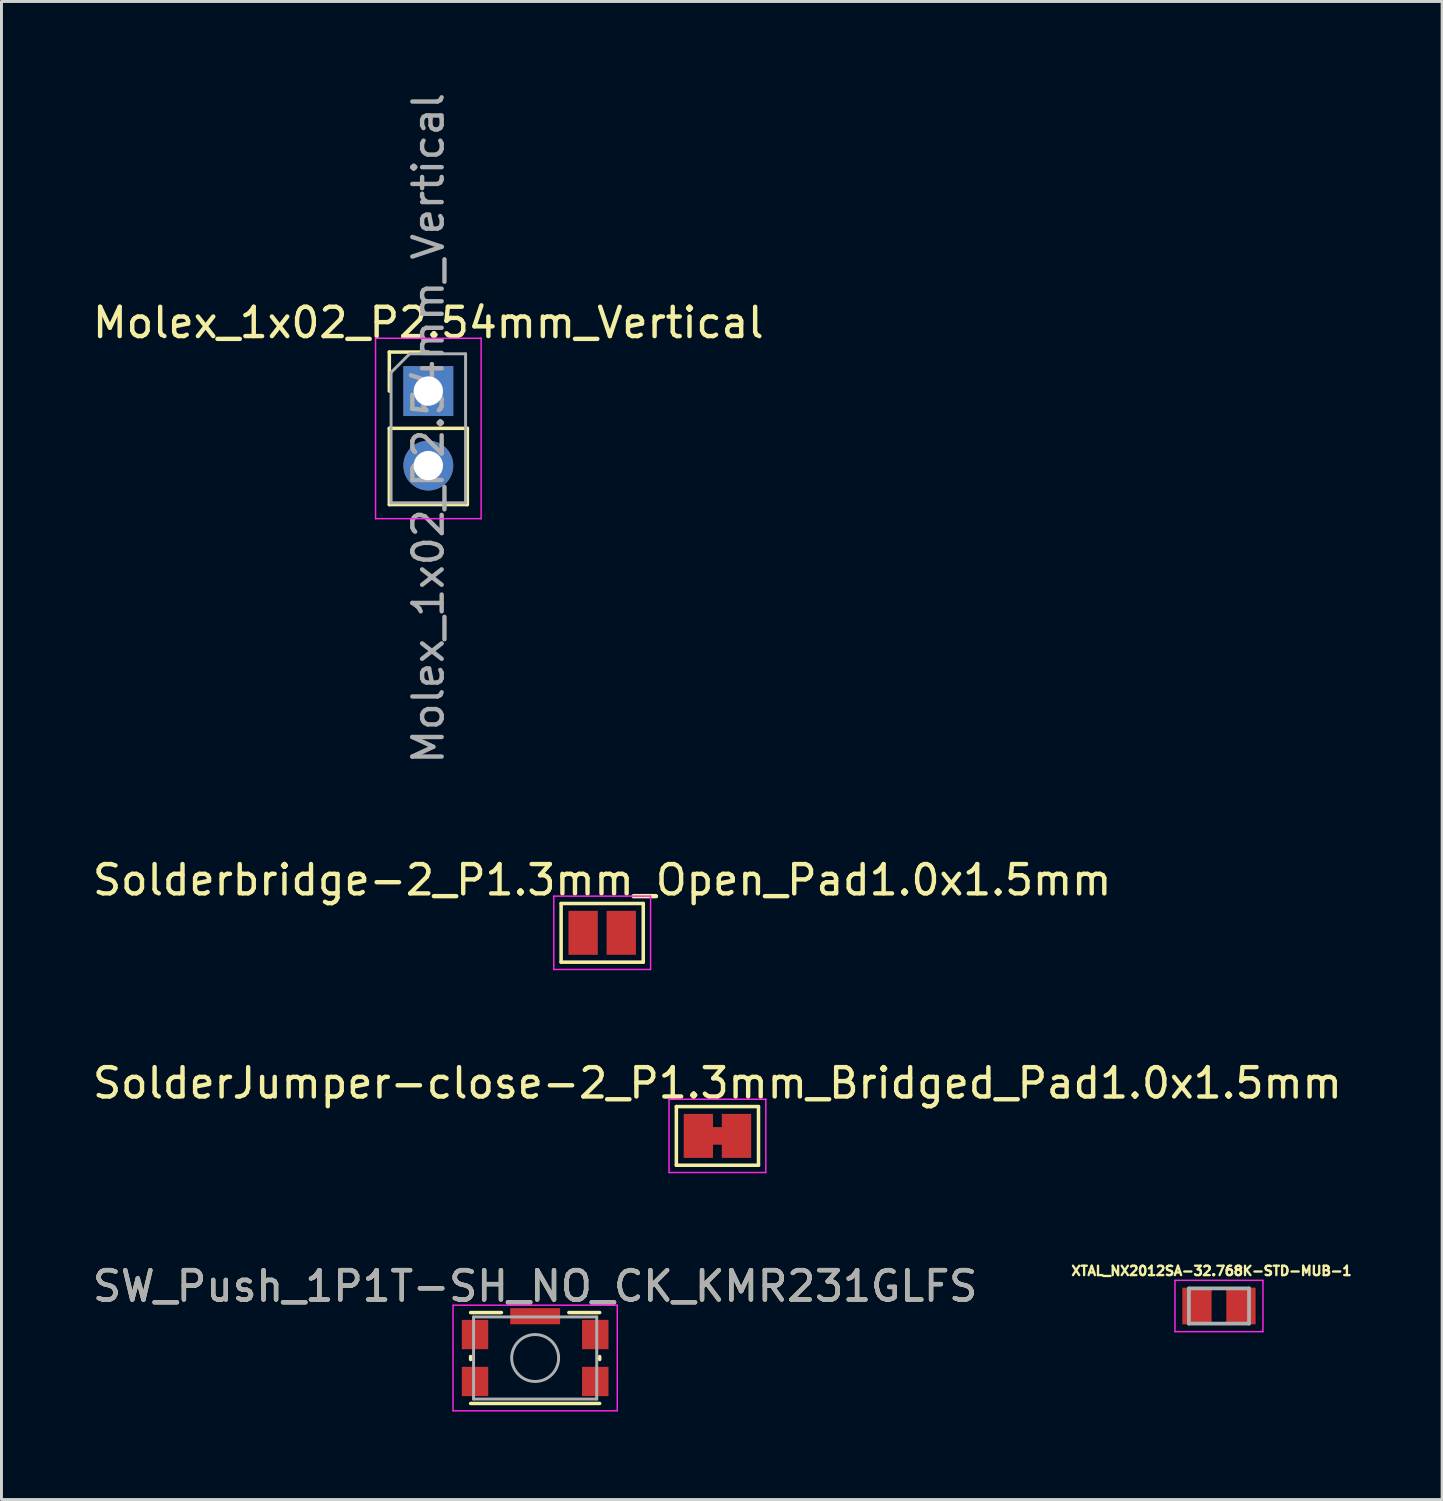
<source format=kicad_pcb>
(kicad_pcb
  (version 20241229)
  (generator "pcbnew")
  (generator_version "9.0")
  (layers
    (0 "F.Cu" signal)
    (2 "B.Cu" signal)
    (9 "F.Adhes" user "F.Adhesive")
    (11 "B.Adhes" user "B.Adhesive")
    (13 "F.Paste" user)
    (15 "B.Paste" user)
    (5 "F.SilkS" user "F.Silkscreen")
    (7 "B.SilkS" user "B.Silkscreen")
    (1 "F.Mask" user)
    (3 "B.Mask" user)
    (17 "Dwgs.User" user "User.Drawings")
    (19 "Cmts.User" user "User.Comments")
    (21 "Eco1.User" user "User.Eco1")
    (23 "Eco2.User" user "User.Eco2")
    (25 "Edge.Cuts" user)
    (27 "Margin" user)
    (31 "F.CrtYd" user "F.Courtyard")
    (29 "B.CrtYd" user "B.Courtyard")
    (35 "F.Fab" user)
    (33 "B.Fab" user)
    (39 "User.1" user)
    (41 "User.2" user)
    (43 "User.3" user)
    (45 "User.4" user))
  (footprint "SW_Push_1P1T-SH_NO_CK_KMR231GLFS"
    (layer "F.Cu")
    (at 15.196 43.252)
    (property "Reference" "SW_Push_1P1T-SH_NO_CK_KMR231GLFS" (at 0 -2.45 0) (layer "F.SilkS") (effects (font (size 1 1) (thickness 0.15))))
    (attr smd)
    (fp_line (start -2.2 0.05) (end -2.2 -0.05) (stroke (width 0.12) (type solid)) (layer "F.SilkS"))
    (fp_line (start -2.2 1.55) (end 2.2 1.55) (stroke (width 0.12) (type solid)) (layer "F.SilkS"))
    (fp_line (start -1.15 -1.55) (end -2.2 -1.55) (stroke (width 0.12) (type solid)) (layer "F.SilkS"))
    (fp_line (start 2.2 -1.55) (end 1.15 -1.55) (stroke (width 0.12) (type solid)) (layer "F.SilkS"))
    (fp_line (start 2.2 0.05) (end 2.2 -0.05) (stroke (width 0.12) (type solid)) (layer "F.SilkS"))
    (fp_line (start -2.8 -1.8) (end 2.8 -1.8) (stroke (width 0.05) (type solid)) (layer "F.CrtYd"))
    (fp_line (start -2.8 1.8) (end -2.8 -1.8) (stroke (width 0.05) (type solid)) (layer "F.CrtYd"))
    (fp_line (start 2.8 -1.8) (end 2.8 1.8) (stroke (width 0.05) (type solid)) (layer "F.CrtYd"))
    (fp_line (start 2.8 1.8) (end -2.8 1.8) (stroke (width 0.05) (type solid)) (layer "F.CrtYd"))
    (fp_line (start -2.1 -1.4) (end 2.1 -1.4) (stroke (width 0.1) (type solid)) (layer "F.Fab"))
    (fp_line (start -2.1 1.4) (end -2.1 -1.4) (stroke (width 0.1) (type solid)) (layer "F.Fab"))
    (fp_line (start 2.1 -1.4) (end 2.1 1.4) (stroke (width 0.1) (type solid)) (layer "F.Fab"))
    (fp_line (start 2.1 1.4) (end -2.1 1.4) (stroke (width 0.1) (type solid)) (layer "F.Fab"))
    (fp_circle (center 0 0) (end 0 0.8) (stroke (width 0.1) (type solid)) (fill no) (layer "F.Fab"))
    (fp_text user "${REFERENCE}" (at 0 -2.45 0) (layer "F.Fab") (effects (font (size 1 1) (thickness 0.15))))
    (pad "1" smd rect (at -2.05 -0.8) (size 0.9 1) (layers "F.Cu" "F.Mask" "F.Paste"))
    (pad "1" smd rect (at 2.05 -0.8) (size 0.9 1) (layers "F.Cu" "F.Mask" "F.Paste"))
    (pad "2" smd rect (at -2.05 0.8) (size 0.9 1) (layers "F.Cu" "F.Mask" "F.Paste"))
    (pad "2" smd rect (at 2.05 0.8) (size 0.9 1) (layers "F.Cu" "F.Mask" "F.Paste"))
    (pad "SH" smd rect (at 0 -1.425) (size 1.7 0.55) (layers "F.Cu" "F.Mask" "F.Paste")))
  (footprint "Molex_1x02_P2.54mm_Vertical"
    (layer "F.Cu")
    (at 11.554 10.284)
    (property "Reference" "Molex_1x02_P2.54mm_Vertical" (at 0 -2.33 0) (layer "F.SilkS") (effects (font (size 1 1) (thickness 0.15))))
    (attr through_hole)
    (fp_line (start -1.33 -1.33) (end 0 -1.33) (stroke (width 0.12) (type solid)) (layer "F.SilkS"))
    (fp_line (start -1.33 0) (end -1.33 -1.33) (stroke (width 0.12) (type solid)) (layer "F.SilkS"))
    (fp_line (start -1.33 1.27) (end -1.33 3.87) (stroke (width 0.12) (type solid)) (layer "F.SilkS"))
    (fp_line (start -1.33 1.27) (end 1.33 1.27) (stroke (width 0.12) (type solid)) (layer "F.SilkS"))
    (fp_line (start -1.33 3.87) (end 1.33 3.87) (stroke (width 0.12) (type solid)) (layer "F.SilkS"))
    (fp_line (start 1.33 1.27) (end 1.33 3.87) (stroke (width 0.12) (type solid)) (layer "F.SilkS"))
    (fp_line (start -1.8 -1.8) (end -1.8 4.35) (stroke (width 0.05) (type solid)) (layer "F.CrtYd"))
    (fp_line (start -1.8 4.35) (end 1.8 4.35) (stroke (width 0.05) (type solid)) (layer "F.CrtYd"))
    (fp_line (start 1.8 -1.8) (end -1.8 -1.8) (stroke (width 0.05) (type solid)) (layer "F.CrtYd"))
    (fp_line (start 1.8 4.35) (end 1.8 -1.8) (stroke (width 0.05) (type solid)) (layer "F.CrtYd"))
    (fp_line (start -1.27 -0.635) (end -0.635 -1.27) (stroke (width 0.1) (type solid)) (layer "F.Fab"))
    (fp_line (start -1.27 3.81) (end -1.27 -0.635) (stroke (width 0.1) (type solid)) (layer "F.Fab"))
    (fp_line (start -0.635 -1.27) (end 1.27 -1.27) (stroke (width 0.1) (type solid)) (layer "F.Fab"))
    (fp_line (start 1.27 -1.27) (end 1.27 3.81) (stroke (width 0.1) (type solid)) (layer "F.Fab"))
    (fp_line (start 1.27 3.81) (end -1.27 3.81) (stroke (width 0.1) (type solid)) (layer "F.Fab"))
    (fp_text user "${REFERENCE}" (at 0 1.27 90) (layer "F.Fab") (effects (font (size 1 1) (thickness 0.15))))
    (pad "1" thru_hole rect (at 0 0) (size 1.7 1.7) (drill 1) (layers "*.Cu" "*.Mask"))
    (pad "2" thru_hole oval (at 0 2.54) (size 1.7 1.7) (drill 1) (layers "*.Cu" "*.Mask")))
  (footprint "XTAL_NX2012SA-32.768K-STD-MUB-1"
    (layer "F.Cu")
    (at 38.511 41.479)
    (property "Reference" "XTAL_NX2012SA-32.768K-STD-MUB-1" (at -0.254 -1.198 0) (layer "F.SilkS") (effects (font (size 0.32 0.32) (thickness 0.15))))
    (attr smd)
    (fp_line (start -1.5 -0.875) (end -1.5 0.875) (stroke (width 0.05) (type solid)) (layer "F.CrtYd"))
    (fp_line (start -1.5 0.875) (end 1.5 0.875) (stroke (width 0.05) (type solid)) (layer "F.CrtYd"))
    (fp_line (start 1.5 -0.875) (end -1.5 -0.875) (stroke (width 0.05) (type solid)) (layer "F.CrtYd"))
    (fp_line (start 1.5 0.875) (end 1.5 -0.875) (stroke (width 0.05) (type solid)) (layer "F.CrtYd"))
    (fp_line (start -1.025 -0.6) (end -1.025 0.6) (stroke (width 0.127) (type solid)) (layer "F.Fab"))
    (fp_line (start -1.025 0.6) (end 1.025 0.6) (stroke (width 0.127) (type solid)) (layer "F.Fab"))
    (fp_line (start 1.025 -0.6) (end -1.025 -0.6) (stroke (width 0.127) (type solid)) (layer "F.Fab"))
    (fp_line (start 1.025 0.6) (end 1.025 -0.6) (stroke (width 0.127) (type solid)) (layer "F.Fab"))
    (pad "1" smd rect (at -0.75 0) (size 1 1.25) (layers "F.Cu" "F.Mask" "F.Paste"))
    (pad "2" smd rect (at 0.75 0) (size 1 1.25) (layers "F.Cu" "F.Mask" "F.Paste")))
  (footprint "Solderbridge-2_P1.3mm_Open_Pad1.0x1.5mm"
    (layer "F.Cu")
    (at 17.482 28.755)
    (property "Reference" "Solderbridge-2_P1.3mm_Open_Pad1.0x1.5mm" (at 0 -1.8 0) (layer "F.SilkS") (effects (font (size 1 1) (thickness 0.15))))
    (attr exclude_from_pos_files exclude_from_bom)
    (fp_line (start -1.4 -1) (end 1.4 -1) (stroke (width 0.12) (type solid)) (layer "F.SilkS"))
    (fp_line (start -1.4 1) (end -1.4 -1) (stroke (width 0.12) (type solid)) (layer "F.SilkS"))
    (fp_line (start 1.4 -1) (end 1.4 1) (stroke (width 0.12) (type solid)) (layer "F.SilkS"))
    (fp_line (start 1.4 1) (end -1.4 1) (stroke (width 0.12) (type solid)) (layer "F.SilkS"))
    (fp_line (start -1.65 -1.25) (end -1.65 1.25) (stroke (width 0.05) (type solid)) (layer "F.CrtYd"))
    (fp_line (start -1.65 -1.25) (end 1.65 -1.25) (stroke (width 0.05) (type solid)) (layer "F.CrtYd"))
    (fp_line (start 1.65 1.25) (end -1.65 1.25) (stroke (width 0.05) (type solid)) (layer "F.CrtYd"))
    (fp_line (start 1.65 1.25) (end 1.65 -1.25) (stroke (width 0.05) (type solid)) (layer "F.CrtYd"))
    (pad "1" smd rect (at -0.65 0) (size 1 1.5) (layers "F.Cu" "F.Mask"))
    (pad "2" smd rect (at 0.65 0) (size 1 1.5) (layers "F.Cu" "F.Mask")))
  (footprint "SolderJumper-close-2_P1.3mm_Bridged_Pad1.0x1.5mm"
    (layer "F.Cu")
    (at 21.411 35.679)
    (property "Reference" "SolderJumper-close-2_P1.3mm_Bridged_Pad1.0x1.5mm" (at 0 -1.8 0) (layer "F.SilkS") (effects (font (size 1 1) (thickness 0.15))))
    (attr exclude_from_pos_files exclude_from_bom)
    (fp_poly (pts (xy -0.25 -0.3) (xy 0.25 -0.3) (xy 0.25 0.3) (xy -0.25 0.3)) (stroke (width 0) (type solid)) (fill yes) (layer "F.Cu"))
    (fp_line (start -1.4 -1) (end 1.4 -1) (stroke (width 0.12) (type solid)) (layer "F.SilkS"))
    (fp_line (start -1.4 1) (end -1.4 -1) (stroke (width 0.12) (type solid)) (layer "F.SilkS"))
    (fp_line (start 1.4 -1) (end 1.4 1) (stroke (width 0.12) (type solid)) (layer "F.SilkS"))
    (fp_line (start 1.4 1) (end -1.4 1) (stroke (width 0.12) (type solid)) (layer "F.SilkS"))
    (fp_line (start -1.65 -1.25) (end -1.65 1.25) (stroke (width 0.05) (type solid)) (layer "F.CrtYd"))
    (fp_line (start -1.65 -1.25) (end 1.65 -1.25) (stroke (width 0.05) (type solid)) (layer "F.CrtYd"))
    (fp_line (start 1.65 1.25) (end -1.65 1.25) (stroke (width 0.05) (type solid)) (layer "F.CrtYd"))
    (fp_line (start 1.65 1.25) (end 1.65 -1.25) (stroke (width 0.05) (type solid)) (layer "F.CrtYd"))
    (pad "1" smd rect (at -0.65 0) (size 1 1.5) (layers "F.Cu" "F.Mask"))
    (pad "2" smd rect (at 0.65 0) (size 1 1.5) (layers "F.Cu" "F.Mask")))
  (gr_rect
    (start -3 -3)
    (end 46.12 48.077)
    (stroke (width 0.1) (type default))
    (fill no)
    (layer "Edge.Cuts")))
</source>
